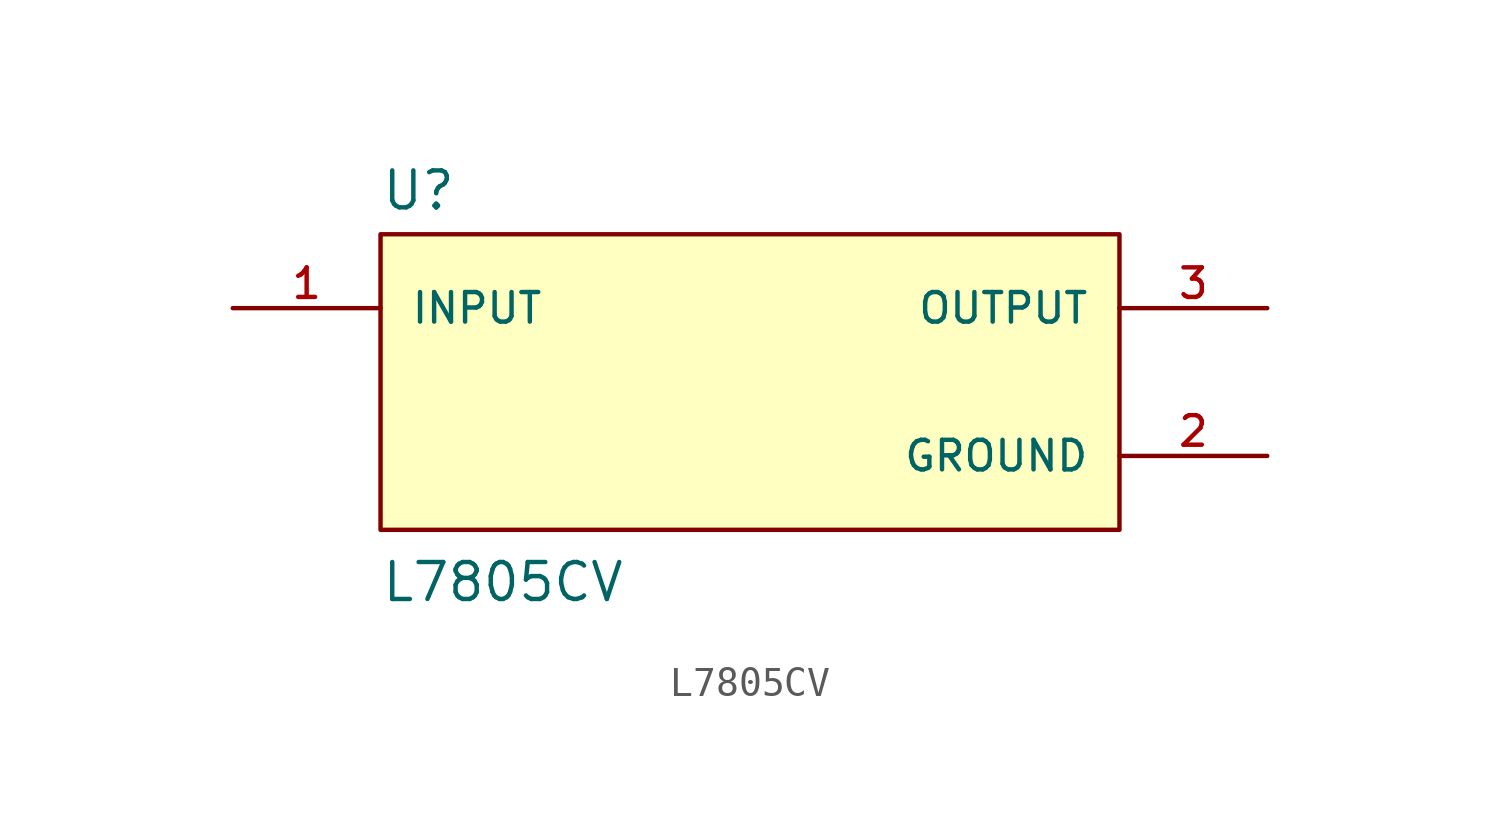
<source format=kicad_sym>
(kicad_symbol_lib
  (version 20231120)
  (generator "kicad_symbol_editor")
  (generator_version "8.0")
  (symbol "L7805CV"
    (pin_names
      (offset 1.016))
    (property "Reference" "U"
      (at -12.7 5.842 0)
      (effects (font (size 1.27 1.27)) (justify left bottom)))
    (property "Value" "L7805CV"
      (at -12.7 -7.62 0)
      (effects (font (size 1.27 1.27)) (justify left bottom)))
    (symbol "L7805CV_0_0"
      (rectangle (start -12.7 -5.08) (end 12.7 5.08) (stroke (width 0.152) (type default)) (fill (type background)))
      (pin input line (at -17.78 2.54 0) (length 5.08) (name "INPUT" (effects (font (size 1.016 1.016)))) (number "1" (effects (font (size 1.016 1.016)))))
      (pin power_in line (at 17.78 -2.54 180) (length 5.08) (name "GROUND" (effects (font (size 1.016 1.016)))) (number "2" (effects (font (size 1.016 1.016)))))
      (pin output line (at 17.78 2.54 180) (length 5.08) (name "OUTPUT" (effects (font (size 1.016 1.016)))) (number "3" (effects (font (size 1.016 1.016))))))))
</source>
